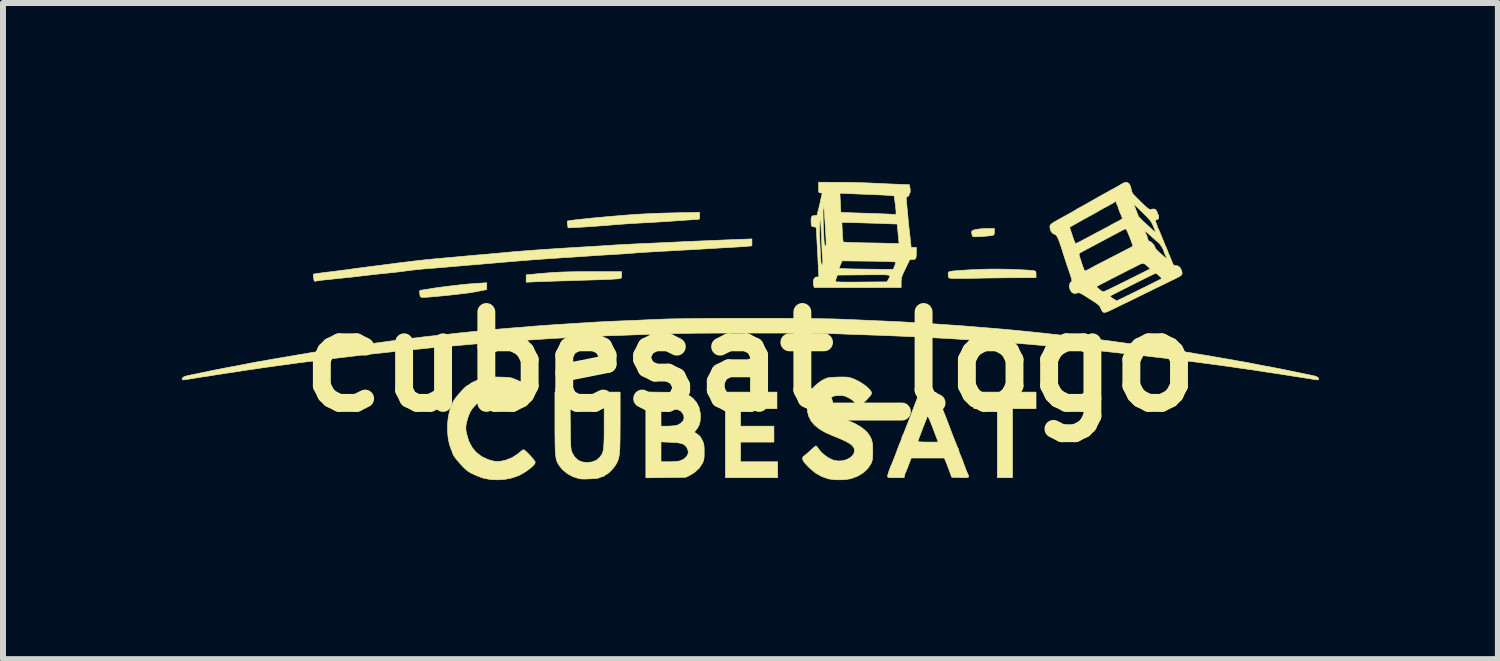
<source format=kicad_pcb>
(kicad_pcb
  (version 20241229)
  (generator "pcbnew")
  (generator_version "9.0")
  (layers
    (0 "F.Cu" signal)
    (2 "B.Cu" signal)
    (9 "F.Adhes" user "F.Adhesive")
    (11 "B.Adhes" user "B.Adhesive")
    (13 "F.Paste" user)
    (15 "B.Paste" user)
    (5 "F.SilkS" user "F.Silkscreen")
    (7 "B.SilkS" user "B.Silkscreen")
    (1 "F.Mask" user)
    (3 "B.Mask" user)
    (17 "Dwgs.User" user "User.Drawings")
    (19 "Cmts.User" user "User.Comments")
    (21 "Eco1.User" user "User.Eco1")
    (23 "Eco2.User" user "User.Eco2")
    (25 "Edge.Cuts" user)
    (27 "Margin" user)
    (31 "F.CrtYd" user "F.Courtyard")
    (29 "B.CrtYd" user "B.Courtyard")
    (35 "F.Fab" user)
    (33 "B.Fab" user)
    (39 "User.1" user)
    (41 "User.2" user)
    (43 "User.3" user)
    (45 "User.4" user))
  (footprint "cubesat_logo"
    (layer "F.Cu")
    (at 9.53 3.015)
    (property "Reference" "cubesat_logo" (at 0 0 0) (layer "F.SilkS") (effects (font (size 1.524 1.524) (thickness 0.3))))
    (attr through_hole)
    (fp_poly (pts (xy 4.788 0.787) (xy 4.394 0.787) (xy 4.394 1.943) (xy 4.14 1.943) (xy 4.14 0.787) (xy 3.747 0.787) (xy 3.747 0.508) (xy 4.788 0.508) (xy 4.788 0.787)) (stroke (width 0.01) (type solid)) (fill yes) (layer "F.SilkS"))
    (fp_poly (pts (xy 0.445 0.787) (xy -0.165 0.787) (xy -0.165 1.079) (xy 0.394 1.079) (xy 0.394 1.346) (xy -0.165 1.346) (xy -0.165 1.676) (xy 0.457 1.676) (xy 0.457 1.943) (xy -0.419 1.943) (xy -0.419 0.508) (xy 0.445 0.508) (xy 0.445 0.787)) (stroke (width 0.01) (type solid)) (fill yes) (layer "F.SilkS"))
    (fp_poly (pts (xy 4.089 -2.18) (xy 4.088 -2.145) (xy 4.08 -2.128) (xy 4.06 -2.119) (xy 4.042 -2.116) (xy 4.009 -2.112) (xy 3.958 -2.107) (xy 3.899 -2.102) (xy 3.86 -2.1) (xy 3.8 -2.097) (xy 3.761 -2.095) (xy 3.738 -2.097) (xy 3.725 -2.103) (xy 3.72 -2.113) (xy 3.717 -2.122) (xy 3.708 -2.163) (xy 3.711 -2.188) (xy 3.73 -2.204) (xy 3.768 -2.215) (xy 3.791 -2.22) (xy 3.845 -2.227) (xy 3.911 -2.233) (xy 3.976 -2.235) (xy 3.981 -2.235) (xy 4.089 -2.235) (xy 4.089 -2.18)) (stroke (width 0.01) (type solid)) (fill yes) (layer "F.SilkS"))
    (fp_poly (pts (xy -2.159 -1.456) (xy -2.16 -1.421) (xy -2.168 -1.404) (xy -2.189 -1.395) (xy -2.207 -1.392) (xy -2.231 -1.39) (xy -2.277 -1.387) (xy -2.342 -1.383) (xy -2.421 -1.38) (xy -2.511 -1.376) (xy -2.609 -1.373) (xy -2.648 -1.372) (xy -2.82 -1.367) (xy -2.969 -1.362) (xy -3.096 -1.358) (xy -3.205 -1.355) (xy -3.297 -1.352) (xy -3.374 -1.349) (xy -3.439 -1.347) (xy -3.494 -1.345) (xy -3.541 -1.344) (xy -3.581 -1.342) (xy -3.618 -1.34) (xy -3.629 -1.34) (xy -3.759 -1.334) (xy -3.759 -1.457) (xy -3.68 -1.465) (xy -3.551 -1.477) (xy -3.437 -1.487) (xy -3.334 -1.495) (xy -3.235 -1.501) (xy -3.136 -1.505) (xy -3.032 -1.508) (xy -2.917 -1.51) (xy -2.786 -1.511) (xy -2.664 -1.511) (xy -2.159 -1.511) (xy -2.159 -1.456)) (stroke (width 0.01) (type solid)) (fill yes) (layer "F.SilkS"))
    (fp_poly (pts (xy -4.42 -1.211) (xy -4.486 -1.197) (xy -4.596 -1.176) (xy -4.693 -1.159) (xy -4.79 -1.146) (xy -4.826 -1.142) (xy -4.895 -1.134) (xy -4.969 -1.126) (xy -5.035 -1.118) (xy -5.048 -1.117) (xy -5.119 -1.109) (xy -5.198 -1.102) (xy -5.277 -1.094) (xy -5.352 -1.088) (xy -5.418 -1.083) (xy -5.467 -1.08) (xy -5.488 -1.08) (xy -5.517 -1.081) (xy -5.532 -1.091) (xy -5.54 -1.116) (xy -5.542 -1.132) (xy -5.546 -1.166) (xy -5.545 -1.188) (xy -5.544 -1.191) (xy -5.529 -1.197) (xy -5.496 -1.204) (xy -5.467 -1.209) (xy -5.412 -1.217) (xy -5.351 -1.227) (xy -5.324 -1.232) (xy -5.276 -1.239) (xy -5.206 -1.249) (xy -5.117 -1.26) (xy -5.014 -1.273) (xy -4.899 -1.286) (xy -4.813 -1.296) (xy -4.752 -1.302) (xy -4.678 -1.308) (xy -4.602 -1.314) (xy -4.562 -1.316) (xy -4.42 -1.325) (xy -4.42 -1.211)) (stroke (width 0.01) (type solid)) (fill yes) (layer "F.SilkS"))
    (fp_poly (pts (xy 4.326 -1.551) (xy 4.376 -1.549) (xy 4.466 -1.546) (xy 4.55 -1.542) (xy 4.624 -1.538) (xy 4.683 -1.534) (xy 4.725 -1.531) (xy 4.74 -1.529) (xy 4.77 -1.522) (xy 4.784 -1.511) (xy 4.788 -1.486) (xy 4.788 -1.465) (xy 4.788 -1.41) (xy 4.536 -1.41) (xy 4.462 -1.409) (xy 4.368 -1.409) (xy 4.258 -1.408) (xy 4.139 -1.406) (xy 4.014 -1.405) (xy 3.89 -1.403) (xy 3.808 -1.401) (xy 3.685 -1.399) (xy 3.585 -1.398) (xy 3.506 -1.397) (xy 3.445 -1.397) (xy 3.399 -1.398) (xy 3.367 -1.399) (xy 3.346 -1.402) (xy 3.333 -1.405) (xy 3.326 -1.41) (xy 3.323 -1.415) (xy 3.317 -1.444) (xy 3.315 -1.474) (xy 3.316 -1.491) (xy 3.322 -1.503) (xy 3.338 -1.512) (xy 3.367 -1.518) (xy 3.412 -1.523) (xy 3.478 -1.529) (xy 3.493 -1.53) (xy 3.682 -1.542) (xy 3.854 -1.55) (xy 4.014 -1.554) (xy 4.169 -1.554) (xy 4.326 -1.551)) (stroke (width 0.01) (type solid)) (fill yes) (layer "F.SilkS"))
    (fp_poly (pts (xy -0.851 -2.447) (xy -0.852 -2.411) (xy -0.858 -2.393) (xy -0.873 -2.388) (xy -0.886 -2.387) (xy -0.912 -2.386) (xy -0.957 -2.383) (xy -1.015 -2.379) (xy -1.079 -2.375) (xy -1.079 -2.375) (xy -1.257 -2.362) (xy -1.453 -2.349) (xy -1.661 -2.336) (xy -1.873 -2.325) (xy -1.961 -2.32) (xy -2.052 -2.314) (xy -2.138 -2.308) (xy -2.212 -2.303) (xy -2.254 -2.3) (xy -2.413 -2.286) (xy -2.575 -2.274) (xy -2.73 -2.263) (xy -2.869 -2.255) (xy -2.897 -2.253) (xy -3.057 -2.246) (xy -3.066 -2.299) (xy -3.07 -2.334) (xy -3.069 -2.356) (xy -3.068 -2.359) (xy -3.053 -2.363) (xy -3.014 -2.369) (xy -2.954 -2.377) (xy -2.875 -2.386) (xy -2.778 -2.396) (xy -2.667 -2.408) (xy -2.543 -2.419) (xy -2.408 -2.432) (xy -2.407 -2.432) (xy -2.218 -2.448) (xy -2.048 -2.462) (xy -1.89 -2.473) (xy -1.74 -2.481) (xy -1.59 -2.488) (xy -1.435 -2.493) (xy -1.273 -2.497) (xy -0.851 -2.506) (xy -0.851 -2.447)) (stroke (width 0.01) (type solid)) (fill yes) (layer "F.SilkS"))
    (fp_poly (pts (xy -1.124 0.514) (xy -1.054 0.55) (xy -0.97 0.607) (xy -0.906 0.678) (xy -0.862 0.763) (xy -0.841 0.861) (xy -0.838 0.913) (xy -0.842 0.99) (xy -0.857 1.052) (xy -0.884 1.106) (xy -0.904 1.133) (xy -0.94 1.18) (xy -0.905 1.203) (xy -0.871 1.227) (xy -0.846 1.251) (xy -0.825 1.283) (xy -0.806 1.319) (xy -0.791 1.352) (xy -0.782 1.384) (xy -0.777 1.422) (xy -0.775 1.474) (xy -0.775 1.511) (xy -0.775 1.574) (xy -0.779 1.619) (xy -0.785 1.653) (xy -0.797 1.685) (xy -0.807 1.706) (xy -0.861 1.786) (xy -0.936 1.854) (xy -1.014 1.902) (xy -1.086 1.937) (xy -1.753 1.945) (xy -1.753 1.676) (xy -1.499 1.676) (xy -1.371 1.676) (xy -1.309 1.675) (xy -1.249 1.671) (xy -1.202 1.665) (xy -1.185 1.662) (xy -1.128 1.638) (xy -1.081 1.602) (xy -1.051 1.558) (xy -1.041 1.516) (xy -1.05 1.471) (xy -1.068 1.434) (xy -1.092 1.405) (xy -1.12 1.384) (xy -1.158 1.369) (xy -1.208 1.359) (xy -1.276 1.353) (xy -1.335 1.35) (xy -1.499 1.342) (xy -1.499 1.676) (xy -1.753 1.676) (xy -1.753 0.787) (xy -1.499 0.787) (xy -1.499 1.079) (xy -1.381 1.079) (xy -1.324 1.076) (xy -1.272 1.072) (xy -1.235 1.066) (xy -1.225 1.063) (xy -1.167 1.031) (xy -1.129 0.992) (xy -1.112 0.947) (xy -1.118 0.899) (xy -1.12 0.894) (xy -1.144 0.852) (xy -1.174 0.822) (xy -1.216 0.802) (xy -1.272 0.792) (xy -1.349 0.788) (xy -1.372 0.787) (xy -1.499 0.787) (xy -1.753 0.787) (xy -1.753 0.506) (xy -1.124 0.514)) (stroke (width 0.01) (type solid)) (fill yes) (layer "F.SilkS"))
    (fp_poly (pts (xy -3.02 0.987) (xy -3.019 1.111) (xy -3.017 1.212) (xy -3.016 1.293) (xy -3.014 1.357) (xy -3.012 1.406) (xy -3.009 1.442) (xy -3.005 1.47) (xy -3.001 1.491) (xy -2.995 1.508) (xy -2.989 1.524) (xy -2.945 1.597) (xy -2.891 1.648) (xy -2.825 1.678) (xy -2.743 1.689) (xy -2.734 1.689) (xy -2.65 1.678) (xy -2.579 1.648) (xy -2.524 1.599) (xy -2.521 1.595) (xy -2.504 1.572) (xy -2.49 1.55) (xy -2.479 1.527) (xy -2.47 1.498) (xy -2.464 1.463) (xy -2.459 1.418) (xy -2.456 1.361) (xy -2.453 1.289) (xy -2.452 1.198) (xy -2.452 1.087) (xy -2.452 0.981) (xy -2.451 0.508) (xy -2.184 0.508) (xy -2.184 1.011) (xy -2.185 1.151) (xy -2.185 1.268) (xy -2.187 1.364) (xy -2.189 1.444) (xy -2.193 1.508) (xy -2.199 1.56) (xy -2.206 1.603) (xy -2.216 1.639) (xy -2.228 1.671) (xy -2.243 1.7) (xy -2.256 1.724) (xy -2.282 1.762) (xy -2.316 1.803) (xy -2.353 1.841) (xy -2.388 1.872) (xy -2.416 1.89) (xy -2.425 1.892) (xy -2.438 1.901) (xy -2.438 1.904) (xy -2.449 1.914) (xy -2.476 1.924) (xy -2.48 1.925) (xy -2.513 1.934) (xy -2.537 1.946) (xy -2.537 1.946) (xy -2.555 1.951) (xy -2.592 1.956) (xy -2.643 1.96) (xy -2.7 1.963) (xy -2.757 1.965) (xy -2.808 1.965) (xy -2.847 1.963) (xy -2.864 1.961) (xy -2.977 1.925) (xy -3.071 1.874) (xy -3.15 1.807) (xy -3.188 1.762) (xy -3.208 1.734) (xy -3.225 1.708) (xy -3.239 1.68) (xy -3.25 1.649) (xy -3.259 1.612) (xy -3.266 1.566) (xy -3.27 1.509) (xy -3.273 1.438) (xy -3.275 1.351) (xy -3.276 1.245) (xy -3.277 1.117) (xy -3.277 1.035) (xy -3.277 0.508) (xy -3.025 0.508) (xy -3.02 0.987)) (stroke (width 0.01) (type solid)) (fill yes) (layer "F.SilkS"))
    (fp_poly (pts (xy 3.077 0.51) (xy 3.101 0.513) (xy 3.114 0.52) (xy 3.119 0.53) (xy 3.136 0.575) (xy 3.156 0.623) (xy 3.164 0.638) (xy 3.173 0.664) (xy 3.175 0.674) (xy 3.18 0.694) (xy 3.192 0.726) (xy 3.194 0.732) (xy 3.209 0.766) (xy 3.223 0.798) (xy 3.237 0.833) (xy 3.254 0.875) (xy 3.274 0.925) (xy 3.299 0.99) (xy 3.33 1.071) (xy 3.359 1.149) (xy 3.391 1.231) (xy 3.419 1.304) (xy 3.444 1.367) (xy 3.464 1.415) (xy 3.477 1.445) (xy 3.482 1.454) (xy 3.492 1.477) (xy 3.493 1.483) (xy 3.497 1.506) (xy 3.509 1.539) (xy 3.513 1.547) (xy 3.526 1.578) (xy 3.537 1.605) (xy 3.549 1.635) (xy 3.564 1.674) (xy 3.584 1.729) (xy 3.595 1.759) (xy 3.614 1.81) (xy 3.631 1.852) (xy 3.643 1.879) (xy 3.647 1.885) (xy 3.656 1.908) (xy 3.658 1.921) (xy 3.656 1.931) (xy 3.647 1.937) (xy 3.627 1.941) (xy 3.592 1.942) (xy 3.536 1.941) (xy 3.517 1.94) (xy 3.376 1.937) (xy 3.331 1.816) (xy 3.31 1.76) (xy 3.29 1.708) (xy 3.274 1.668) (xy 3.268 1.654) (xy 3.25 1.613) (xy 2.696 1.613) (xy 2.654 1.724) (xy 2.635 1.774) (xy 2.618 1.815) (xy 2.607 1.842) (xy 2.603 1.848) (xy 2.594 1.868) (xy 2.585 1.901) (xy 2.585 1.902) (xy 2.576 1.943) (xy 2.437 1.943) (xy 2.376 1.943) (xy 2.337 1.941) (xy 2.313 1.938) (xy 2.302 1.932) (xy 2.299 1.922) (xy 2.299 1.918) (xy 2.304 1.892) (xy 2.317 1.848) (xy 2.336 1.795) (xy 2.359 1.738) (xy 2.361 1.734) (xy 2.39 1.666) (xy 2.416 1.599) (xy 2.445 1.524) (xy 2.466 1.465) (xy 2.482 1.423) (xy 2.494 1.391) (xy 2.506 1.364) (xy 2.517 1.337) (xy 2.807 1.337) (xy 2.819 1.34) (xy 2.851 1.343) (xy 2.9 1.345) (xy 2.96 1.346) (xy 2.978 1.346) (xy 3.148 1.346) (xy 3.118 1.267) (xy 3.079 1.163) (xy 3.047 1.08) (xy 3.022 1.017) (xy 3.003 0.971) (xy 2.989 0.941) (xy 2.979 0.923) (xy 2.971 0.917) (xy 2.966 0.919) (xy 2.962 0.927) (xy 2.942 0.977) (xy 2.919 1.036) (xy 2.894 1.1) (xy 2.87 1.164) (xy 2.847 1.224) (xy 2.828 1.275) (xy 2.814 1.314) (xy 2.807 1.334) (xy 2.807 1.337) (xy 2.517 1.337) (xy 2.519 1.334) (xy 2.52 1.332) (xy 2.533 1.297) (xy 2.54 1.271) (xy 2.54 1.267) (xy 2.547 1.243) (xy 2.551 1.238) (xy 2.561 1.22) (xy 2.576 1.186) (xy 2.59 1.149) (xy 2.608 1.102) (xy 2.625 1.059) (xy 2.635 1.035) (xy 2.645 1.01) (xy 2.662 0.966) (xy 2.684 0.909) (xy 2.708 0.845) (xy 2.718 0.819) (xy 2.752 0.727) (xy 2.78 0.656) (xy 2.801 0.603) (xy 2.817 0.565) (xy 2.829 0.538) (xy 2.831 0.533) (xy 2.842 0.524) (xy 2.865 0.518) (xy 2.906 0.514) (xy 2.967 0.511) (xy 2.977 0.511) (xy 3.037 0.51) (xy 3.077 0.51)) (stroke (width 0.01) (type solid)) (fill yes) (layer "F.SilkS"))
    (fp_poly (pts (xy -4.147 0.258) (xy -4.08 0.261) (xy -4.026 0.267) (xy -3.991 0.275) (xy -3.988 0.276) (xy -3.956 0.289) (xy -3.915 0.306) (xy -3.899 0.312) (xy -3.86 0.33) (xy -3.816 0.353) (xy -3.775 0.378) (xy -3.744 0.398) (xy -3.734 0.407) (xy -3.721 0.418) (xy -3.694 0.439) (xy -3.68 0.45) (xy -3.649 0.477) (xy -3.634 0.503) (xy -3.636 0.531) (xy -3.655 0.565) (xy -3.693 0.609) (xy -3.727 0.643) (xy -3.767 0.682) (xy -3.8 0.713) (xy -3.824 0.732) (xy -3.831 0.736) (xy -3.846 0.728) (xy -3.872 0.708) (xy -3.891 0.691) (xy -3.93 0.662) (xy -3.98 0.63) (xy -4.025 0.606) (xy -4.065 0.587) (xy -4.098 0.575) (xy -4.132 0.569) (xy -4.175 0.566) (xy -4.235 0.565) (xy -4.242 0.565) (xy -4.304 0.566) (xy -4.349 0.569) (xy -4.383 0.575) (xy -4.415 0.587) (xy -4.45 0.603) (xy -4.529 0.653) (xy -4.605 0.719) (xy -4.668 0.793) (xy -4.696 0.838) (xy -4.718 0.887) (xy -4.74 0.947) (xy -4.756 1.007) (xy -4.756 1.009) (xy -4.767 1.061) (xy -4.771 1.1) (xy -4.77 1.136) (xy -4.763 1.18) (xy -4.756 1.212) (xy -4.72 1.333) (xy -4.665 1.437) (xy -4.593 1.522) (xy -4.503 1.59) (xy -4.394 1.64) (xy -4.31 1.664) (xy -4.257 1.671) (xy -4.204 1.669) (xy -4.164 1.663) (xy -4.12 1.653) (xy -4.086 1.644) (xy -4.071 1.637) (xy -4.048 1.626) (xy -4.04 1.626) (xy -4.018 1.618) (xy -3.982 1.599) (xy -3.94 1.572) (xy -3.897 1.542) (xy -3.859 1.512) (xy -3.856 1.509) (xy -3.828 1.486) (xy -3.807 1.474) (xy -3.804 1.473) (xy -3.786 1.482) (xy -3.758 1.506) (xy -3.723 1.541) (xy -3.685 1.58) (xy -3.651 1.619) (xy -3.624 1.653) (xy -3.609 1.678) (xy -3.607 1.685) (xy -3.617 1.711) (xy -3.647 1.746) (xy -3.691 1.785) (xy -3.746 1.826) (xy -3.807 1.866) (xy -3.871 1.901) (xy -3.889 1.909) (xy -3.99 1.945) (xy -4.106 1.969) (xy -4.228 1.979) (xy -4.347 1.975) (xy -4.456 1.956) (xy -4.463 1.954) (xy -4.526 1.934) (xy -4.592 1.908) (xy -4.656 1.879) (xy -4.709 1.852) (xy -4.741 1.831) (xy -4.784 1.793) (xy -4.831 1.746) (xy -4.877 1.696) (xy -4.92 1.645) (xy -4.956 1.599) (xy -4.981 1.561) (xy -4.991 1.536) (xy -4.991 1.534) (xy -4.996 1.517) (xy -5.009 1.486) (xy -5.016 1.47) (xy -5.047 1.38) (xy -5.068 1.274) (xy -5.078 1.158) (xy -5.077 1.04) (xy -5.065 0.926) (xy -5.042 0.823) (xy -5.016 0.753) (xy -5.001 0.718) (xy -4.992 0.694) (xy -4.991 0.688) (xy -4.983 0.667) (xy -4.961 0.632) (xy -4.928 0.589) (xy -4.89 0.542) (xy -4.848 0.495) (xy -4.808 0.452) (xy -4.773 0.419) (xy -4.747 0.398) (xy -4.736 0.394) (xy -4.72 0.386) (xy -4.709 0.377) (xy -4.682 0.358) (xy -4.638 0.335) (xy -4.583 0.311) (xy -4.525 0.289) (xy -4.472 0.272) (xy -4.466 0.271) (xy -4.424 0.264) (xy -4.365 0.259) (xy -4.295 0.256) (xy -4.22 0.256) (xy -4.147 0.258)) (stroke (width 0.01) (type solid)) (fill yes) (layer "F.SilkS"))
    (fp_poly (pts (xy 1.593 0.256) (xy 1.633 0.259) (xy 1.668 0.266) (xy 1.704 0.277) (xy 1.708 0.278) (xy 1.775 0.307) (xy 1.842 0.343) (xy 1.905 0.384) (xy 1.959 0.427) (xy 2.001 0.468) (xy 2.026 0.505) (xy 2.032 0.527) (xy 2.023 0.548) (xy 1.997 0.583) (xy 1.956 0.628) (xy 1.931 0.654) (xy 1.829 0.755) (xy 1.775 0.704) (xy 1.745 0.676) (xy 1.723 0.654) (xy 1.715 0.646) (xy 1.701 0.636) (xy 1.672 0.618) (xy 1.645 0.602) (xy 1.604 0.582) (xy 1.566 0.571) (xy 1.52 0.566) (xy 1.492 0.566) (xy 1.441 0.567) (xy 1.406 0.573) (xy 1.377 0.586) (xy 1.351 0.603) (xy 1.308 0.64) (xy 1.276 0.681) (xy 1.259 0.719) (xy 1.257 0.731) (xy 1.267 0.764) (xy 1.293 0.803) (xy 1.33 0.842) (xy 1.36 0.866) (xy 1.393 0.886) (xy 1.417 0.899) (xy 1.424 0.902) (xy 1.44 0.907) (xy 1.472 0.919) (xy 1.504 0.933) (xy 1.544 0.951) (xy 1.576 0.962) (xy 1.59 0.965) (xy 1.615 0.973) (xy 1.62 0.976) (xy 1.638 0.987) (xy 1.671 1.001) (xy 1.695 1.01) (xy 1.756 1.038) (xy 1.822 1.075) (xy 1.885 1.118) (xy 1.936 1.162) (xy 1.963 1.19) (xy 2 1.241) (xy 2.025 1.291) (xy 2.041 1.345) (xy 2.049 1.411) (xy 2.051 1.494) (xy 2.051 1.498) (xy 2.05 1.565) (xy 2.048 1.614) (xy 2.042 1.65) (xy 2.033 1.681) (xy 2.022 1.706) (xy 1.97 1.787) (xy 1.897 1.856) (xy 1.806 1.913) (xy 1.701 1.954) (xy 1.666 1.963) (xy 1.602 1.973) (xy 1.525 1.978) (xy 1.443 1.978) (xy 1.367 1.972) (xy 1.305 1.962) (xy 1.302 1.961) (xy 1.193 1.922) (xy 1.094 1.866) (xy 1.001 1.789) (xy 0.975 1.764) (xy 0.929 1.716) (xy 0.9 1.681) (xy 0.883 1.655) (xy 0.877 1.633) (xy 0.876 1.626) (xy 0.879 1.599) (xy 0.886 1.587) (xy 0.886 1.587) (xy 0.9 1.579) (xy 0.926 1.558) (xy 0.953 1.535) (xy 1.007 1.486) (xy 1.045 1.452) (xy 1.071 1.429) (xy 1.087 1.417) (xy 1.096 1.411) (xy 1.101 1.41) (xy 1.113 1.421) (xy 1.133 1.446) (xy 1.15 1.47) (xy 1.191 1.519) (xy 1.248 1.568) (xy 1.312 1.612) (xy 1.375 1.643) (xy 1.4 1.652) (xy 1.472 1.663) (xy 1.543 1.659) (xy 1.609 1.641) (xy 1.666 1.612) (xy 1.71 1.575) (xy 1.738 1.53) (xy 1.745 1.481) (xy 1.744 1.469) (xy 1.732 1.437) (xy 1.709 1.406) (xy 1.671 1.375) (xy 1.618 1.343) (xy 1.545 1.308) (xy 1.452 1.268) (xy 1.393 1.245) (xy 1.264 1.189) (xy 1.159 1.128) (xy 1.077 1.063) (xy 1.017 0.991) (xy 0.976 0.911) (xy 0.973 0.902) (xy 0.956 0.826) (xy 0.952 0.738) (xy 0.959 0.647) (xy 0.978 0.562) (xy 1.006 0.492) (xy 1.037 0.451) (xy 1.082 0.404) (xy 1.136 0.358) (xy 1.191 0.318) (xy 1.226 0.299) (xy 1.259 0.283) (xy 1.289 0.272) (xy 1.322 0.265) (xy 1.363 0.261) (xy 1.42 0.258) (xy 1.467 0.256) (xy 1.539 0.255) (xy 1.593 0.256)) (stroke (width 0.01) (type solid)) (fill yes) (layer "F.SilkS"))
    (fp_poly (pts (xy 0.025 -1.945) (xy -0.029 -1.938) (xy -0.064 -1.935) (xy -0.116 -1.931) (xy -0.178 -1.927) (xy -0.229 -1.924) (xy -0.299 -1.92) (xy -0.385 -1.915) (xy -0.474 -1.91) (xy -0.557 -1.905) (xy -0.559 -1.905) (xy -0.624 -1.901) (xy -0.708 -1.896) (xy -0.805 -1.89) (xy -0.91 -1.884) (xy -1.017 -1.878) (xy -1.092 -1.874) (xy -1.255 -1.865) (xy -1.395 -1.857) (xy -1.514 -1.851) (xy -1.613 -1.845) (xy -1.695 -1.84) (xy -1.762 -1.836) (xy -1.816 -1.833) (xy -1.858 -1.83) (xy -1.892 -1.828) (xy -1.918 -1.825) (xy -1.939 -1.823) (xy -1.943 -1.823) (xy -1.979 -1.82) (xy -2.034 -1.816) (xy -2.103 -1.811) (xy -2.181 -1.806) (xy -2.248 -1.802) (xy -2.337 -1.797) (xy -2.43 -1.791) (xy -2.519 -1.786) (xy -2.597 -1.781) (xy -2.635 -1.778) (xy -2.693 -1.774) (xy -2.77 -1.769) (xy -2.86 -1.763) (xy -2.958 -1.756) (xy -3.057 -1.75) (xy -3.105 -1.747) (xy -3.352 -1.731) (xy -3.603 -1.713) (xy -3.864 -1.692) (xy -4.14 -1.669) (xy -4.35 -1.651) (xy -4.41 -1.646) (xy -4.488 -1.639) (xy -4.576 -1.631) (xy -4.667 -1.624) (xy -4.731 -1.619) (xy -4.817 -1.611) (xy -4.906 -1.604) (xy -4.988 -1.597) (xy -5.058 -1.591) (xy -5.099 -1.587) (xy -5.164 -1.582) (xy -5.243 -1.575) (xy -5.327 -1.568) (xy -5.397 -1.563) (xy -5.471 -1.557) (xy -5.544 -1.55) (xy -5.609 -1.543) (xy -5.657 -1.538) (xy -5.658 -1.538) (xy -5.896 -1.507) (xy -6.102 -1.485) (xy -6.241 -1.471) (xy -6.372 -1.456) (xy -6.51 -1.44) (xy -6.547 -1.436) (xy -6.605 -1.429) (xy -6.678 -1.42) (xy -6.759 -1.412) (xy -6.836 -1.404) (xy -6.839 -1.403) (xy -6.952 -1.392) (xy -7.043 -1.382) (xy -7.114 -1.375) (xy -7.169 -1.369) (xy -7.209 -1.364) (xy -7.238 -1.36) (xy -7.258 -1.357) (xy -7.273 -1.354) (xy -7.279 -1.353) (xy -7.3 -1.349) (xy -7.312 -1.356) (xy -7.318 -1.38) (xy -7.322 -1.403) (xy -7.326 -1.439) (xy -7.326 -1.463) (xy -7.325 -1.468) (xy -7.318 -1.471) (xy -7.302 -1.474) (xy -7.273 -1.479) (xy -7.23 -1.485) (xy -7.169 -1.493) (xy -7.089 -1.503) (xy -6.986 -1.515) (xy -6.966 -1.518) (xy -6.896 -1.527) (xy -6.824 -1.536) (xy -6.761 -1.544) (xy -6.725 -1.549) (xy -6.642 -1.561) (xy -6.551 -1.573) (xy -6.445 -1.587) (xy -6.321 -1.603) (xy -6.287 -1.607) (xy -6.215 -1.616) (xy -6.143 -1.625) (xy -6.08 -1.634) (xy -6.039 -1.639) (xy -5.99 -1.645) (xy -5.926 -1.654) (xy -5.853 -1.663) (xy -5.785 -1.671) (xy -5.712 -1.68) (xy -5.638 -1.689) (xy -5.571 -1.697) (xy -5.524 -1.702) (xy -5.479 -1.707) (xy -5.415 -1.714) (xy -5.339 -1.721) (xy -5.258 -1.729) (xy -5.207 -1.733) (xy -5.122 -1.741) (xy -5.034 -1.749) (xy -4.951 -1.756) (xy -4.881 -1.763) (xy -4.851 -1.765) (xy -4.792 -1.771) (xy -4.714 -1.778) (xy -4.628 -1.786) (xy -4.54 -1.793) (xy -4.496 -1.797) (xy -4.411 -1.804) (xy -4.325 -1.812) (xy -4.243 -1.819) (xy -4.175 -1.826) (xy -4.147 -1.828) (xy -3.991 -1.843) (xy -3.816 -1.857) (xy -3.62 -1.872) (xy -3.403 -1.887) (xy -3.163 -1.903) (xy -2.9 -1.919) (xy -2.8 -1.925) (xy -2.699 -1.931) (xy -2.597 -1.937) (xy -2.498 -1.943) (xy -2.41 -1.949) (xy -2.338 -1.953) (xy -2.299 -1.956) (xy -2.238 -1.96) (xy -2.158 -1.964) (xy -2.065 -1.969) (xy -1.967 -1.974) (xy -1.869 -1.979) (xy -1.841 -1.98) (xy -1.734 -1.985) (xy -1.614 -1.99) (xy -1.491 -1.996) (xy -1.374 -2.001) (xy -1.273 -2.006) (xy -1.27 -2.006) (xy -1.13 -2.013) (xy -0.97 -2.02) (xy -0.798 -2.027) (xy -0.618 -2.034) (xy -0.438 -2.042) (xy -0.262 -2.049) (xy -0.175 -2.052) (xy 0.025 -2.06) (xy 0.025 -1.945)) (stroke (width 0.01) (type solid)) (fill yes) (layer "F.SilkS"))
    (fp_poly (pts (xy 1.464 -3.009) (xy 1.568 -3.008) (xy 1.679 -3.007) (xy 1.79 -3.004) (xy 1.892 -3.001) (xy 1.98 -2.998) (xy 2.007 -2.997) (xy 2.102 -2.992) (xy 2.211 -2.987) (xy 2.321 -2.982) (xy 2.42 -2.978) (xy 2.447 -2.977) (xy 2.665 -2.968) (xy 2.672 -2.93) (xy 2.679 -2.884) (xy 2.679 -2.848) (xy 2.674 -2.828) (xy 2.665 -2.827) (xy 2.656 -2.828) (xy 2.659 -2.823) (xy 2.662 -2.798) (xy 2.649 -2.776) (xy 2.631 -2.769) (xy 2.62 -2.766) (xy 2.615 -2.754) (xy 2.614 -2.728) (xy 2.617 -2.683) (xy 2.618 -2.67) (xy 2.629 -2.549) (xy 2.64 -2.431) (xy 2.65 -2.322) (xy 2.66 -2.228) (xy 2.667 -2.172) (xy 2.674 -2.11) (xy 2.681 -2.048) (xy 2.686 -1.996) (xy 2.687 -1.991) (xy 2.694 -1.918) (xy 2.781 -1.918) (xy 2.781 -1.836) (xy 2.78 -1.78) (xy 2.775 -1.744) (xy 2.764 -1.724) (xy 2.744 -1.716) (xy 2.72 -1.714) (xy 2.673 -1.714) (xy 2.6 -1.565) (xy 2.57 -1.502) (xy 2.549 -1.456) (xy 2.536 -1.42) (xy 2.53 -1.388) (xy 2.527 -1.355) (xy 2.527 -1.33) (xy 2.527 -1.245) (xy 1.07 -1.245) (xy 1.062 -1.273) (xy 1.054 -1.33) (xy 1.055 -1.343) (xy 1.423 -1.343) (xy 1.435 -1.341) (xy 1.469 -1.339) (xy 1.524 -1.337) (xy 1.595 -1.336) (xy 1.679 -1.336) (xy 1.775 -1.336) (xy 1.856 -1.337) (xy 2.29 -1.34) (xy 2.311 -1.378) (xy 2.324 -1.4) (xy 2.334 -1.418) (xy 2.339 -1.432) (xy 2.336 -1.442) (xy 2.325 -1.45) (xy 2.301 -1.455) (xy 2.264 -1.458) (xy 2.211 -1.459) (xy 2.139 -1.459) (xy 2.047 -1.459) (xy 1.933 -1.458) (xy 1.903 -1.457) (xy 1.458 -1.454) (xy 1.44 -1.403) (xy 1.429 -1.37) (xy 1.423 -1.347) (xy 1.423 -1.343) (xy 1.055 -1.343) (xy 1.06 -1.377) (xy 1.079 -1.409) (xy 1.109 -1.422) (xy 1.114 -1.422) (xy 1.147 -1.422) (xy 1.139 -1.568) (xy 1.486 -1.568) (xy 1.498 -1.565) (xy 1.536 -1.562) (xy 1.597 -1.56) (xy 1.681 -1.557) (xy 1.788 -1.555) (xy 1.916 -1.554) (xy 2.064 -1.552) (xy 2.394 -1.549) (xy 2.418 -1.607) (xy 2.43 -1.642) (xy 2.435 -1.667) (xy 2.433 -1.673) (xy 2.419 -1.675) (xy 2.382 -1.677) (xy 2.326 -1.68) (xy 2.253 -1.682) (xy 2.167 -1.684) (xy 2.07 -1.686) (xy 1.981 -1.687) (xy 1.537 -1.692) (xy 1.512 -1.633) (xy 1.497 -1.598) (xy 1.488 -1.574) (xy 1.486 -1.568) (xy 1.139 -1.568) (xy 1.139 -1.584) (xy 1.135 -1.655) (xy 1.131 -1.741) (xy 1.126 -1.836) (xy 1.121 -1.929) (xy 1.118 -1.975) (xy 1.114 -2.05) (xy 1.111 -2.118) (xy 1.108 -2.175) (xy 1.106 -2.214) (xy 1.106 -2.231) (xy 1.099 -2.252) (xy 1.082 -2.259) (xy 1.16 -2.259) (xy 1.16 -2.192) (xy 1.161 -2.115) (xy 1.164 -2.031) (xy 1.167 -1.946) (xy 1.171 -1.862) (xy 1.175 -1.785) (xy 1.179 -1.719) (xy 1.183 -1.668) (xy 1.188 -1.637) (xy 1.189 -1.631) (xy 1.197 -1.618) (xy 1.203 -1.626) (xy 1.209 -1.645) (xy 1.214 -1.687) (xy 1.211 -1.721) (xy 1.208 -1.749) (xy 1.204 -1.795) (xy 1.201 -1.853) (xy 1.199 -1.911) (xy 1.196 -1.986) (xy 1.193 -2.075) (xy 1.188 -2.166) (xy 1.184 -2.242) (xy 1.18 -2.311) (xy 1.177 -2.357) (xy 1.174 -2.381) (xy 1.171 -2.387) (xy 1.168 -2.377) (xy 1.164 -2.351) (xy 1.163 -2.343) (xy 1.161 -2.311) (xy 1.16 -2.259) (xy 1.082 -2.259) (xy 1.077 -2.261) (xy 1.064 -2.263) (xy 1.039 -2.267) (xy 1.026 -2.277) (xy 1.021 -2.301) (xy 1.018 -2.33) (xy 1.017 -2.387) (xy 1.022 -2.423) (xy 1.036 -2.443) (xy 1.061 -2.451) (xy 1.073 -2.451) (xy 1.103 -2.453) (xy 1.117 -2.457) (xy 1.118 -2.458) (xy 1.121 -2.472) (xy 1.129 -2.505) (xy 1.129 -2.507) (xy 1.218 -2.507) (xy 1.219 -2.445) (xy 1.22 -2.371) (xy 1.222 -2.288) (xy 1.224 -2.24) (xy 1.228 -2.144) (xy 1.232 -2.071) (xy 1.235 -2.017) (xy 1.239 -1.98) (xy 1.243 -1.958) (xy 1.249 -1.946) (xy 1.255 -1.943) (xy 1.263 -1.946) (xy 1.267 -1.958) (xy 1.269 -1.983) (xy 1.269 -2.025) (xy 1.266 -2.088) (xy 1.265 -2.099) (xy 1.261 -2.167) (xy 1.257 -2.243) (xy 1.252 -2.321) (xy 1.251 -2.338) (xy 1.533 -2.338) (xy 1.54 -2.177) (xy 1.544 -2.116) (xy 1.548 -2.064) (xy 1.552 -2.027) (xy 1.556 -2.009) (xy 1.556 -2.008) (xy 1.57 -2.006) (xy 1.607 -2.004) (xy 1.662 -2.001) (xy 1.734 -1.999) (xy 1.818 -1.996) (xy 1.912 -1.994) (xy 1.954 -1.993) (xy 2.055 -1.992) (xy 2.151 -1.99) (xy 2.239 -1.988) (xy 2.314 -1.986) (xy 2.372 -1.985) (xy 2.411 -1.984) (xy 2.417 -1.984) (xy 2.492 -1.981) (xy 2.484 -2.054) (xy 2.479 -2.107) (xy 2.474 -2.17) (xy 2.469 -2.218) (xy 2.461 -2.309) (xy 2.269 -2.316) (xy 2.193 -2.319) (xy 2.1 -2.322) (xy 1.998 -2.325) (xy 1.895 -2.328) (xy 1.805 -2.331) (xy 1.533 -2.338) (xy 1.251 -2.338) (xy 1.247 -2.397) (xy 1.242 -2.467) (xy 1.238 -2.527) (xy 1.234 -2.572) (xy 1.232 -2.599) (xy 1.231 -2.603) (xy 1.227 -2.597) (xy 1.221 -2.574) (xy 1.221 -2.573) (xy 1.219 -2.551) (xy 1.218 -2.507) (xy 1.129 -2.507) (xy 1.14 -2.549) (xy 1.142 -2.556) (xy 1.156 -2.614) (xy 1.17 -2.674) (xy 1.179 -2.718) (xy 1.188 -2.761) (xy 1.196 -2.796) (xy 1.201 -2.81) (xy 1.202 -2.826) (xy 1.5 -2.826) (xy 1.508 -2.667) (xy 1.51 -2.607) (xy 1.513 -2.556) (xy 1.515 -2.521) (xy 1.517 -2.506) (xy 1.517 -2.506) (xy 1.529 -2.505) (xy 1.565 -2.503) (xy 1.619 -2.501) (xy 1.691 -2.498) (xy 1.776 -2.495) (xy 1.872 -2.492) (xy 1.962 -2.489) (xy 2.066 -2.486) (xy 2.161 -2.482) (xy 2.245 -2.479) (xy 2.315 -2.476) (xy 2.368 -2.473) (xy 2.401 -2.471) (xy 2.412 -2.469) (xy 2.429 -2.462) (xy 2.439 -2.477) (xy 2.442 -2.511) (xy 2.442 -2.518) (xy 2.438 -2.557) (xy 2.433 -2.61) (xy 2.425 -2.668) (xy 2.424 -2.676) (xy 2.411 -2.78) (xy 2.358 -2.786) (xy 2.327 -2.789) (xy 2.277 -2.792) (xy 2.212 -2.796) (xy 2.14 -2.799) (xy 2.095 -2.801) (xy 2.004 -2.805) (xy 1.902 -2.809) (xy 1.8 -2.813) (xy 1.71 -2.817) (xy 1.693 -2.817) (xy 1.5 -2.826) (xy 1.202 -2.826) (xy 1.202 -2.826) (xy 1.185 -2.832) (xy 1.176 -2.832) (xy 1.159 -2.833) (xy 1.149 -2.84) (xy 1.144 -2.859) (xy 1.143 -2.895) (xy 1.143 -2.921) (xy 1.143 -3.01) (xy 1.464 -3.009)) (stroke (width 0.01) (type solid)) (fill yes) (layer "F.SilkS"))
    (fp_poly (pts (xy 6.349 -2.985) (xy 6.373 -2.939) (xy 6.385 -2.886) (xy 6.39 -2.862) (xy 6.398 -2.841) (xy 6.411 -2.818) (xy 6.434 -2.791) (xy 6.468 -2.755) (xy 6.517 -2.707) (xy 6.54 -2.685) (xy 6.595 -2.632) (xy 6.635 -2.595) (xy 6.664 -2.571) (xy 6.684 -2.558) (xy 6.7 -2.552) (xy 6.715 -2.553) (xy 6.728 -2.557) (xy 6.761 -2.563) (xy 6.785 -2.554) (xy 6.795 -2.546) (xy 6.814 -2.521) (xy 6.82 -2.501) (xy 6.826 -2.477) (xy 6.833 -2.47) (xy 6.842 -2.453) (xy 6.845 -2.427) (xy 6.841 -2.401) (xy 6.831 -2.388) (xy 6.829 -2.387) (xy 6.799 -2.38) (xy 6.79 -2.359) (xy 6.8 -2.329) (xy 6.814 -2.298) (xy 6.82 -2.273) (xy 6.82 -2.273) (xy 6.826 -2.247) (xy 6.831 -2.241) (xy 6.84 -2.225) (xy 6.856 -2.19) (xy 6.876 -2.143) (xy 6.895 -2.095) (xy 6.92 -2.035) (xy 6.943 -1.978) (xy 6.963 -1.931) (xy 6.973 -1.908) (xy 6.988 -1.875) (xy 6.997 -1.852) (xy 6.998 -1.847) (xy 7.003 -1.832) (xy 7.015 -1.803) (xy 7.023 -1.785) (xy 7.044 -1.737) (xy 7.065 -1.684) (xy 7.071 -1.668) (xy 7.088 -1.63) (xy 7.104 -1.613) (xy 7.118 -1.611) (xy 7.163 -1.609) (xy 7.197 -1.586) (xy 7.219 -1.549) (xy 7.233 -1.511) (xy 7.238 -1.482) (xy 7.23 -1.46) (xy 7.208 -1.439) (xy 7.167 -1.416) (xy 7.115 -1.39) (xy 7.043 -1.355) (xy 6.956 -1.312) (xy 6.858 -1.265) (xy 6.754 -1.214) (xy 6.645 -1.161) (xy 6.537 -1.108) (xy 6.432 -1.056) (xy 6.334 -1.008) (xy 6.246 -0.966) (xy 6.173 -0.93) (xy 6.118 -0.903) (xy 6.102 -0.895) (xy 6.037 -0.863) (xy 5.99 -0.842) (xy 5.958 -0.831) (xy 5.935 -0.827) (xy 5.919 -0.831) (xy 5.91 -0.835) (xy 5.896 -0.852) (xy 5.88 -0.883) (xy 5.875 -0.895) (xy 5.865 -0.916) (xy 5.853 -0.935) (xy 5.834 -0.954) (xy 5.807 -0.977) (xy 5.767 -1.004) (xy 5.712 -1.04) (xy 5.639 -1.086) (xy 5.622 -1.097) (xy 5.617 -1.1) (xy 6.029 -1.1) (xy 6.037 -1.09) (xy 6.061 -1.072) (xy 6.083 -1.057) (xy 6.14 -1.021) (xy 6.204 -1.052) (xy 6.232 -1.065) (xy 6.28 -1.089) (xy 6.342 -1.119) (xy 6.417 -1.156) (xy 6.498 -1.196) (xy 6.579 -1.236) (xy 6.66 -1.276) (xy 6.735 -1.313) (xy 6.798 -1.345) (xy 6.848 -1.37) (xy 6.881 -1.386) (xy 6.895 -1.393) (xy 6.895 -1.394) (xy 6.89 -1.403) (xy 6.872 -1.423) (xy 6.847 -1.447) (xy 6.821 -1.469) (xy 6.802 -1.483) (xy 6.796 -1.486) (xy 6.783 -1.48) (xy 6.75 -1.465) (xy 6.701 -1.441) (xy 6.64 -1.411) (xy 6.569 -1.376) (xy 6.491 -1.337) (xy 6.411 -1.297) (xy 6.33 -1.256) (xy 6.253 -1.217) (xy 6.182 -1.181) (xy 6.121 -1.15) (xy 6.073 -1.125) (xy 6.041 -1.108) (xy 6.029 -1.1) (xy 6.029 -1.1) (xy 5.617 -1.1) (xy 5.57 -1.129) (xy 5.534 -1.148) (xy 5.509 -1.157) (xy 5.491 -1.157) (xy 5.48 -1.153) (xy 5.444 -1.146) (xy 5.418 -1.148) (xy 5.386 -1.167) (xy 5.363 -1.201) (xy 5.349 -1.244) (xy 5.348 -1.263) (xy 5.805 -1.263) (xy 5.809 -1.251) (xy 5.828 -1.232) (xy 5.856 -1.209) (xy 5.884 -1.188) (xy 5.908 -1.175) (xy 5.918 -1.173) (xy 5.933 -1.179) (xy 5.962 -1.192) (xy 5.975 -1.198) (xy 6 -1.209) (xy 6.043 -1.23) (xy 6.103 -1.259) (xy 6.175 -1.295) (xy 6.256 -1.335) (xy 6.343 -1.378) (xy 6.365 -1.389) (xy 6.704 -1.559) (xy 6.67 -1.589) (xy 6.638 -1.619) (xy 6.614 -1.638) (xy 6.593 -1.648) (xy 6.57 -1.649) (xy 6.539 -1.639) (xy 6.497 -1.619) (xy 6.438 -1.588) (xy 6.426 -1.582) (xy 6.322 -1.53) (xy 6.221 -1.478) (xy 6.125 -1.429) (xy 6.037 -1.384) (xy 5.96 -1.344) (xy 5.896 -1.311) (xy 5.847 -1.285) (xy 5.816 -1.269) (xy 5.805 -1.263) (xy 5.348 -1.263) (xy 5.347 -1.286) (xy 5.359 -1.321) (xy 5.373 -1.335) (xy 5.383 -1.342) (xy 5.388 -1.351) (xy 5.389 -1.366) (xy 5.384 -1.39) (xy 5.373 -1.427) (xy 5.355 -1.481) (xy 5.334 -1.543) (xy 5.31 -1.613) (xy 5.288 -1.68) (xy 5.269 -1.737) (xy 5.256 -1.778) (xy 5.252 -1.791) (xy 5.246 -1.809) (xy 5.51 -1.809) (xy 5.511 -1.789) (xy 5.517 -1.767) (xy 5.544 -1.682) (xy 5.565 -1.618) (xy 5.581 -1.573) (xy 5.593 -1.544) (xy 5.602 -1.529) (xy 5.609 -1.524) (xy 5.61 -1.524) (xy 5.63 -1.53) (xy 5.661 -1.545) (xy 5.673 -1.552) (xy 5.699 -1.566) (xy 5.734 -1.585) (xy 5.78 -1.61) (xy 5.839 -1.641) (xy 5.914 -1.679) (xy 6.007 -1.727) (xy 6.119 -1.785) (xy 6.178 -1.815) (xy 6.248 -1.851) (xy 6.309 -1.883) (xy 6.359 -1.909) (xy 6.394 -1.927) (xy 6.411 -1.936) (xy 6.411 -1.937) (xy 6.409 -1.95) (xy 6.399 -1.981) (xy 6.384 -2.023) (xy 6.366 -2.072) (xy 6.346 -2.121) (xy 6.328 -2.165) (xy 6.317 -2.191) (xy 6.611 -2.191) (xy 6.612 -2.182) (xy 6.616 -2.173) (xy 6.636 -2.132) (xy 6.649 -2.103) (xy 6.656 -2.078) (xy 6.661 -2.06) (xy 6.673 -2.03) (xy 6.69 -2.019) (xy 6.712 -2.01) (xy 6.739 -1.986) (xy 6.764 -1.956) (xy 6.78 -1.928) (xy 6.782 -1.917) (xy 6.791 -1.899) (xy 6.815 -1.87) (xy 6.848 -1.839) (xy 6.848 -1.838) (xy 6.888 -1.804) (xy 6.923 -1.773) (xy 6.946 -1.754) (xy 6.971 -1.733) (xy 6.98 -1.73) (xy 6.976 -1.747) (xy 6.97 -1.762) (xy 6.956 -1.792) (xy 6.946 -1.81) (xy 6.937 -1.831) (xy 6.929 -1.861) (xy 6.916 -1.892) (xy 6.893 -1.932) (xy 6.868 -1.969) (xy 6.845 -1.993) (xy 6.844 -1.994) (xy 6.832 -2.005) (xy 6.805 -2.028) (xy 6.768 -2.062) (xy 6.737 -2.089) (xy 6.682 -2.138) (xy 6.644 -2.171) (xy 6.621 -2.188) (xy 6.611 -2.191) (xy 6.317 -2.191) (xy 6.313 -2.198) (xy 6.306 -2.212) (xy 6.292 -2.226) (xy 6.272 -2.224) (xy 6.26 -2.218) (xy 6.236 -2.205) (xy 6.196 -2.184) (xy 6.146 -2.157) (xy 6.109 -2.137) (xy 6.044 -2.103) (xy 5.974 -2.066) (xy 5.91 -2.031) (xy 5.886 -2.019) (xy 5.78 -1.962) (xy 5.695 -1.917) (xy 5.628 -1.881) (xy 5.577 -1.854) (xy 5.555 -1.842) (xy 5.523 -1.824) (xy 5.51 -1.809) (xy 5.246 -1.809) (xy 5.219 -1.897) (xy 5.19 -1.981) (xy 5.167 -2.044) (xy 5.147 -2.089) (xy 5.129 -2.117) (xy 5.113 -2.131) (xy 5.108 -2.133) (xy 5.063 -2.156) (xy 5.034 -2.198) (xy 5.024 -2.237) (xy 5.022 -2.249) (xy 5.351 -2.249) (xy 5.351 -2.249) (xy 5.357 -2.235) (xy 5.368 -2.201) (xy 5.384 -2.154) (xy 5.398 -2.111) (xy 5.416 -2.058) (xy 5.432 -2.016) (xy 5.445 -1.989) (xy 5.45 -1.981) (xy 5.465 -1.987) (xy 5.497 -2.002) (xy 5.54 -2.023) (xy 5.565 -2.037) (xy 5.626 -2.069) (xy 5.692 -2.104) (xy 5.75 -2.135) (xy 5.759 -2.14) (xy 5.819 -2.172) (xy 5.885 -2.206) (xy 5.937 -2.234) (xy 5.98 -2.256) (xy 6.013 -2.274) (xy 6.031 -2.285) (xy 6.032 -2.286) (xy 6.046 -2.294) (xy 6.077 -2.311) (xy 6.119 -2.333) (xy 6.137 -2.342) (xy 6.182 -2.365) (xy 6.216 -2.386) (xy 6.234 -2.4) (xy 6.236 -2.403) (xy 6.231 -2.42) (xy 6.218 -2.452) (xy 6.203 -2.486) (xy 6.184 -2.53) (xy 6.169 -2.572) (xy 6.164 -2.593) (xy 6.155 -2.621) (xy 6.145 -2.636) (xy 6.139 -2.648) (xy 6.425 -2.648) (xy 6.456 -2.565) (xy 6.474 -2.518) (xy 6.49 -2.477) (xy 6.5 -2.451) (xy 6.514 -2.429) (xy 6.543 -2.396) (xy 6.582 -2.357) (xy 6.611 -2.33) (xy 6.657 -2.289) (xy 6.7 -2.25) (xy 6.734 -2.218) (xy 6.747 -2.206) (xy 6.772 -2.185) (xy 6.788 -2.176) (xy 6.79 -2.176) (xy 6.787 -2.189) (xy 6.777 -2.219) (xy 6.76 -2.261) (xy 6.754 -2.274) (xy 6.736 -2.313) (xy 6.717 -2.347) (xy 6.693 -2.38) (xy 6.66 -2.417) (xy 6.615 -2.463) (xy 6.569 -2.508) (xy 6.425 -2.648) (xy 6.139 -2.648) (xy 6.136 -2.653) (xy 6.134 -2.669) (xy 6.132 -2.687) (xy 6.121 -2.686) (xy 6.106 -2.677) (xy 6.082 -2.663) (xy 6.043 -2.641) (xy 5.994 -2.614) (xy 5.963 -2.597) (xy 5.913 -2.571) (xy 5.872 -2.548) (xy 5.844 -2.532) (xy 5.836 -2.527) (xy 5.827 -2.522) (xy 5.812 -2.513) (xy 5.787 -2.498) (xy 5.749 -2.477) (xy 5.695 -2.448) (xy 5.622 -2.408) (xy 5.613 -2.403) (xy 5.562 -2.375) (xy 5.511 -2.346) (xy 5.474 -2.325) (xy 5.433 -2.302) (xy 5.395 -2.281) (xy 5.382 -2.274) (xy 5.359 -2.26) (xy 5.351 -2.249) (xy 5.022 -2.249) (xy 5.021 -2.258) (xy 5.021 -2.276) (xy 5.027 -2.292) (xy 5.041 -2.308) (xy 5.067 -2.327) (xy 5.107 -2.352) (xy 5.163 -2.383) (xy 5.238 -2.425) (xy 5.251 -2.432) (xy 5.327 -2.474) (xy 5.381 -2.504) (xy 5.418 -2.525) (xy 5.438 -2.538) (xy 5.442 -2.54) (xy 5.459 -2.551) (xy 5.491 -2.569) (xy 5.531 -2.591) (xy 5.593 -2.625) (xy 5.646 -2.655) (xy 5.698 -2.684) (xy 5.761 -2.72) (xy 5.782 -2.732) (xy 5.834 -2.762) (xy 5.884 -2.79) (xy 5.924 -2.812) (xy 5.928 -2.814) (xy 5.973 -2.839) (xy 6.023 -2.867) (xy 6.042 -2.878) (xy 6.085 -2.901) (xy 6.125 -2.923) (xy 6.14 -2.931) (xy 6.177 -2.952) (xy 6.217 -2.977) (xy 6.223 -2.98) (xy 6.274 -3.006) (xy 6.316 -3.007) (xy 6.349 -2.985)) (stroke (width 0.01) (type solid)) (fill yes) (layer "F.SilkS"))
    (fp_poly (pts (xy 0.219 -0.729) (xy 0.412 -0.729) (xy 0.599 -0.728) (xy 0.779 -0.727) (xy 0.948 -0.725) (xy 1.105 -0.723) (xy 1.246 -0.721) (xy 1.369 -0.719) (xy 1.471 -0.716) (xy 1.543 -0.713) (xy 1.657 -0.708) (xy 1.785 -0.703) (xy 1.916 -0.697) (xy 2.043 -0.691) (xy 2.157 -0.686) (xy 2.197 -0.685) (xy 2.297 -0.68) (xy 2.4 -0.675) (xy 2.5 -0.671) (xy 2.59 -0.666) (xy 2.664 -0.662) (xy 2.686 -0.66) (xy 2.887 -0.648) (xy 3.068 -0.636) (xy 3.227 -0.626) (xy 3.363 -0.616) (xy 3.477 -0.609) (xy 3.566 -0.602) (xy 3.626 -0.597) (xy 3.686 -0.592) (xy 3.764 -0.586) (xy 3.852 -0.578) (xy 3.943 -0.571) (xy 4.007 -0.566) (xy 4.093 -0.559) (xy 4.18 -0.551) (xy 4.261 -0.544) (xy 4.329 -0.538) (xy 4.369 -0.534) (xy 4.484 -0.523) (xy 4.599 -0.512) (xy 4.709 -0.501) (xy 4.81 -0.49) (xy 4.898 -0.481) (xy 4.967 -0.474) (xy 4.997 -0.47) (xy 5.049 -0.464) (xy 5.117 -0.457) (xy 5.195 -0.448) (xy 5.272 -0.44) (xy 5.283 -0.439) (xy 5.359 -0.431) (xy 5.435 -0.422) (xy 5.503 -0.414) (xy 5.556 -0.408) (xy 5.563 -0.407) (xy 5.614 -0.401) (xy 5.681 -0.392) (xy 5.755 -0.383) (xy 5.823 -0.375) (xy 5.894 -0.366) (xy 5.965 -0.357) (xy 6.027 -0.349) (xy 6.071 -0.343) (xy 6.118 -0.336) (xy 6.182 -0.327) (xy 6.252 -0.318) (xy 6.299 -0.311) (xy 6.369 -0.302) (xy 6.44 -0.293) (xy 6.502 -0.284) (xy 6.534 -0.279) (xy 6.587 -0.271) (xy 6.654 -0.262) (xy 6.724 -0.252) (xy 6.756 -0.247) (xy 6.822 -0.238) (xy 6.888 -0.228) (xy 6.944 -0.22) (xy 6.966 -0.216) (xy 7.012 -0.208) (xy 7.074 -0.199) (xy 7.141 -0.189) (xy 7.176 -0.184) (xy 7.24 -0.174) (xy 7.304 -0.164) (xy 7.357 -0.155) (xy 7.379 -0.152) (xy 7.424 -0.143) (xy 7.483 -0.133) (xy 7.547 -0.123) (xy 7.569 -0.119) (xy 7.63 -0.109) (xy 7.688 -0.1) (xy 7.734 -0.091) (xy 7.747 -0.089) (xy 7.786 -0.082) (xy 7.84 -0.073) (xy 7.9 -0.062) (xy 7.925 -0.058) (xy 7.985 -0.048) (xy 8.043 -0.038) (xy 8.089 -0.03) (xy 8.103 -0.027) (xy 8.146 -0.019) (xy 8.201 -0.009) (xy 8.249 -0.001) (xy 8.303 0.008) (xy 8.371 0.021) (xy 8.439 0.034) (xy 8.458 0.038) (xy 8.523 0.051) (xy 8.589 0.064) (xy 8.646 0.074) (xy 8.661 0.077) (xy 8.714 0.086) (xy 8.765 0.096) (xy 8.795 0.102) (xy 8.831 0.109) (xy 8.883 0.119) (xy 8.94 0.131) (xy 8.954 0.133) (xy 9.01 0.145) (xy 9.064 0.156) (xy 9.105 0.164) (xy 9.112 0.166) (xy 9.167 0.177) (xy 9.231 0.191) (xy 9.296 0.204) (xy 9.352 0.215) (xy 9.385 0.222) (xy 9.452 0.236) (xy 9.496 0.251) (xy 9.519 0.267) (xy 9.525 0.283) (xy 9.525 0.293) (xy 9.522 0.3) (xy 9.513 0.303) (xy 9.493 0.302) (xy 9.459 0.298) (xy 9.407 0.289) (xy 9.347 0.279) (xy 9.295 0.271) (xy 9.23 0.261) (xy 9.164 0.251) (xy 9.144 0.248) (xy 9.079 0.238) (xy 9.012 0.227) (xy 8.955 0.218) (xy 8.941 0.216) (xy 8.89 0.208) (xy 8.825 0.198) (xy 8.758 0.188) (xy 8.731 0.184) (xy 8.665 0.174) (xy 8.598 0.164) (xy 8.54 0.155) (xy 8.522 0.152) (xy 8.472 0.144) (xy 8.408 0.134) (xy 8.339 0.125) (xy 8.306 0.12) (xy 8.239 0.111) (xy 8.171 0.101) (xy 8.113 0.092) (xy 8.09 0.089) (xy 8.043 0.082) (xy 7.98 0.073) (xy 7.909 0.064) (xy 7.855 0.056) (xy 7.786 0.047) (xy 7.719 0.038) (xy 7.661 0.03) (xy 7.626 0.026) (xy 7.584 0.02) (xy 7.523 0.012) (xy 7.454 0.003) (xy 7.385 -0.005) (xy 7.312 -0.014) (xy 7.238 -0.024) (xy 7.171 -0.032) (xy 7.125 -0.038) (xy 7.074 -0.045) (xy 7.007 -0.053) (xy 6.933 -0.062) (xy 6.859 -0.071) (xy 6.858 -0.071) (xy 6.784 -0.079) (xy 6.709 -0.088) (xy 6.642 -0.096) (xy 6.592 -0.102) (xy 6.591 -0.102) (xy 6.542 -0.108) (xy 6.475 -0.116) (xy 6.4 -0.124) (xy 6.325 -0.132) (xy 6.318 -0.133) (xy 6.242 -0.141) (xy 6.163 -0.15) (xy 6.091 -0.158) (xy 6.035 -0.164) (xy 6.032 -0.165) (xy 5.98 -0.17) (xy 5.911 -0.178) (xy 5.832 -0.186) (xy 5.751 -0.194) (xy 5.721 -0.197) (xy 5.639 -0.204) (xy 5.554 -0.213) (xy 5.474 -0.22) (xy 5.408 -0.227) (xy 5.391 -0.229) (xy 5.318 -0.236) (xy 5.221 -0.245) (xy 5.104 -0.256) (xy 4.967 -0.268) (xy 4.814 -0.281) (xy 4.68 -0.293) (xy 4.622 -0.298) (xy 4.546 -0.304) (xy 4.458 -0.31) (xy 4.366 -0.317) (xy 4.275 -0.324) (xy 4.274 -0.324) (xy 4.18 -0.331) (xy 4.082 -0.338) (xy 3.988 -0.345) (xy 3.904 -0.351) (xy 3.842 -0.356) (xy 3.693 -0.367) (xy 3.523 -0.377) (xy 3.337 -0.389) (xy 3.141 -0.399) (xy 2.938 -0.41) (xy 2.734 -0.42) (xy 2.533 -0.429) (xy 2.341 -0.437) (xy 2.161 -0.444) (xy 2.159 -0.444) (xy 2.04 -0.448) (xy 1.909 -0.453) (xy 1.774 -0.457) (xy 1.642 -0.462) (xy 1.522 -0.467) (xy 1.441 -0.47) (xy 1.363 -0.472) (xy 1.262 -0.475) (xy 1.14 -0.477) (xy 1.001 -0.478) (xy 0.847 -0.48) (xy 0.681 -0.481) (xy 0.505 -0.482) (xy 0.322 -0.482) (xy 0.135 -0.482) (xy -0.055 -0.482) (xy -0.243 -0.482) (xy -0.428 -0.482) (xy -0.607 -0.481) (xy -0.778 -0.48) (xy -0.937 -0.479) (xy -1.082 -0.477) (xy -1.211 -0.475) (xy -1.321 -0.473) (xy -1.409 -0.471) (xy -1.429 -0.47) (xy -1.537 -0.466) (xy -1.662 -0.461) (xy -1.797 -0.457) (xy -1.935 -0.452) (xy -2.067 -0.447) (xy -2.172 -0.443) (xy -2.356 -0.437) (xy -2.552 -0.429) (xy -2.755 -0.419) (xy -2.961 -0.409) (xy -3.165 -0.399) (xy -3.362 -0.388) (xy -3.547 -0.376) (xy -3.715 -0.365) (xy -3.848 -0.356) (xy -3.912 -0.351) (xy -3.993 -0.345) (xy -4.086 -0.338) (xy -4.183 -0.331) (xy -4.277 -0.324) (xy -4.28 -0.324) (xy -4.371 -0.318) (xy -4.463 -0.311) (xy -4.55 -0.304) (xy -4.625 -0.298) (xy -4.682 -0.293) (xy -4.686 -0.293) (xy -4.745 -0.287) (xy -4.821 -0.281) (xy -4.907 -0.273) (xy -4.996 -0.265) (xy -5.055 -0.26) (xy -5.139 -0.253) (xy -5.222 -0.246) (xy -5.3 -0.239) (xy -5.363 -0.233) (xy -5.397 -0.229) (xy -5.449 -0.224) (xy -5.518 -0.217) (xy -5.597 -0.209) (xy -5.679 -0.201) (xy -5.715 -0.198) (xy -5.795 -0.19) (xy -5.875 -0.182) (xy -5.948 -0.174) (xy -6.006 -0.168) (xy -6.026 -0.166) (xy -6.077 -0.16) (xy -6.145 -0.152) (xy -6.222 -0.144) (xy -6.301 -0.136) (xy -6.318 -0.134) (xy -6.395 -0.126) (xy -6.471 -0.117) (xy -6.54 -0.109) (xy -6.594 -0.103) (xy -6.604 -0.101) (xy -6.655 -0.095) (xy -6.723 -0.087) (xy -6.797 -0.078) (xy -6.864 -0.07) (xy -6.937 -0.061) (xy -7.012 -0.053) (xy -7.078 -0.044) (xy -7.125 -0.038) (xy -7.177 -0.032) (xy -7.244 -0.023) (xy -7.319 -0.014) (xy -7.379 -0.007) (xy -7.45 0.002) (xy -7.522 0.011) (xy -7.585 0.019) (xy -7.626 0.025) (xy -7.677 0.032) (xy -7.743 0.041) (xy -7.815 0.051) (xy -7.861 0.057) (xy -7.931 0.066) (xy -8.002 0.076) (xy -8.064 0.085) (xy -8.096 0.089) (xy -8.15 0.097) (xy -8.218 0.107) (xy -8.287 0.117) (xy -8.312 0.121) (xy -8.378 0.13) (xy -8.445 0.14) (xy -8.503 0.149) (xy -8.522 0.152) (xy -8.572 0.16) (xy -8.637 0.17) (xy -8.705 0.18) (xy -8.731 0.184) (xy -8.797 0.193) (xy -8.864 0.204) (xy -8.922 0.213) (xy -8.941 0.216) (xy -8.993 0.224) (xy -9.058 0.235) (xy -9.124 0.245) (xy -9.144 0.248) (xy -9.209 0.257) (xy -9.276 0.268) (xy -9.333 0.277) (xy -9.347 0.279) (xy -9.417 0.291) (xy -9.466 0.299) (xy -9.497 0.303) (xy -9.515 0.303) (xy -9.523 0.299) (xy -9.525 0.292) (xy -9.525 0.283) (xy -9.517 0.265) (xy -9.491 0.249) (xy -9.444 0.234) (xy -9.385 0.222) (xy -9.343 0.213) (xy -9.285 0.202) (xy -9.219 0.188) (xy -9.156 0.175) (xy -9.112 0.166) (xy -9.076 0.158) (xy -9.024 0.147) (xy -8.967 0.136) (xy -8.954 0.133) (xy -8.897 0.122) (xy -8.843 0.111) (xy -8.802 0.103) (xy -8.795 0.102) (xy -8.754 0.094) (xy -8.702 0.084) (xy -8.661 0.077) (xy -8.61 0.068) (xy -8.545 0.055) (xy -8.479 0.042) (xy -8.458 0.038) (xy -8.392 0.025) (xy -8.324 0.012) (xy -8.264 0.001) (xy -8.249 -0.001) (xy -8.193 -0.011) (xy -8.139 -0.02) (xy -8.103 -0.027) (xy -8.064 -0.034) (xy -8.01 -0.044) (xy -7.949 -0.054) (xy -7.925 -0.058) (xy -7.864 -0.068) (xy -7.807 -0.078) (xy -7.76 -0.086) (xy -7.747 -0.088) (xy -7.709 -0.095) (xy -7.655 -0.104) (xy -7.594 -0.115) (xy -7.563 -0.12) (xy -7.5 -0.13) (xy -7.44 -0.14) (xy -7.39 -0.149) (xy -7.372 -0.152) (xy -7.332 -0.158) (xy -7.276 -0.167) (xy -7.212 -0.177) (xy -7.176 -0.183) (xy -7.109 -0.193) (xy -7.041 -0.204) (xy -6.983 -0.213) (xy -6.96 -0.217) (xy -6.909 -0.225) (xy -6.844 -0.234) (xy -6.776 -0.244) (xy -6.75 -0.248) (xy -6.683 -0.258) (xy -6.614 -0.268) (xy -6.553 -0.276) (xy -6.534 -0.279) (xy -6.483 -0.287) (xy -6.417 -0.296) (xy -6.346 -0.305) (xy -6.299 -0.311) (xy -6.231 -0.321) (xy -6.162 -0.33) (xy -6.102 -0.338) (xy -6.071 -0.343) (xy -6.025 -0.349) (xy -5.963 -0.357) (xy -5.892 -0.366) (xy -5.823 -0.375) (xy -5.75 -0.384) (xy -5.676 -0.393) (xy -5.609 -0.401) (xy -5.563 -0.407) (xy -5.514 -0.413) (xy -5.448 -0.421) (xy -5.372 -0.429) (xy -5.296 -0.438) (xy -5.283 -0.439) (xy -5.207 -0.447) (xy -5.129 -0.456) (xy -5.059 -0.463) (xy -5.004 -0.469) (xy -4.997 -0.47) (xy -4.941 -0.476) (xy -4.863 -0.485) (xy -4.77 -0.494) (xy -4.664 -0.505) (xy -4.552 -0.516) (xy -4.436 -0.528) (xy -4.369 -0.534) (xy -4.316 -0.539) (xy -4.244 -0.546) (xy -4.161 -0.553) (xy -4.074 -0.56) (xy -4.007 -0.566) (xy -3.919 -0.573) (xy -3.828 -0.58) (xy -3.742 -0.587) (xy -3.668 -0.594) (xy -3.626 -0.597) (xy -3.585 -0.6) (xy -3.538 -0.604) (xy -3.481 -0.608) (xy -3.413 -0.613) (xy -3.333 -0.618) (xy -3.236 -0.625) (xy -3.123 -0.632) (xy -2.99 -0.641) (xy -2.836 -0.65) (xy -2.68 -0.66) (xy -2.612 -0.664) (xy -2.526 -0.669) (xy -2.427 -0.674) (xy -2.323 -0.679) (xy -2.22 -0.683) (xy -2.178 -0.685) (xy -2.07 -0.689) (xy -1.945 -0.694) (xy -1.812 -0.7) (xy -1.681 -0.706) (xy -1.56 -0.711) (xy -1.518 -0.713) (xy -1.436 -0.716) (xy -1.331 -0.719) (xy -1.206 -0.721) (xy -1.063 -0.723) (xy -0.905 -0.725) (xy -0.734 -0.727) (xy -0.553 -0.728) (xy -0.365 -0.729) (xy -0.172 -0.729) (xy 0.024 -0.729) (xy 0.219 -0.729)) (stroke (width 0.01) (type solid)) (fill yes) (layer "F.SilkS")))
  (gr_rect
    (start -3 -3)
    (end 22.06 7.999)
    (stroke (width 0.1) (type default))
    (fill no)
    (layer "Edge.Cuts")))
</source>
